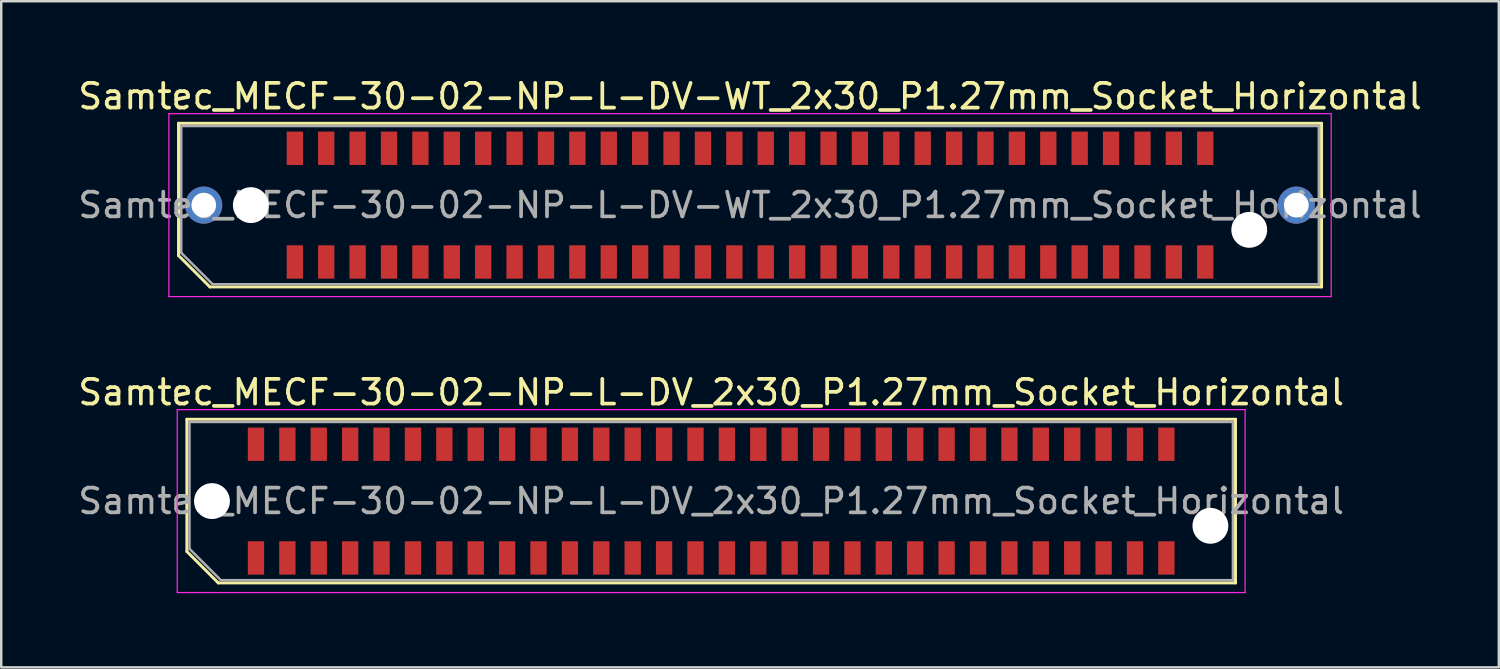
<source format=kicad_pcb>
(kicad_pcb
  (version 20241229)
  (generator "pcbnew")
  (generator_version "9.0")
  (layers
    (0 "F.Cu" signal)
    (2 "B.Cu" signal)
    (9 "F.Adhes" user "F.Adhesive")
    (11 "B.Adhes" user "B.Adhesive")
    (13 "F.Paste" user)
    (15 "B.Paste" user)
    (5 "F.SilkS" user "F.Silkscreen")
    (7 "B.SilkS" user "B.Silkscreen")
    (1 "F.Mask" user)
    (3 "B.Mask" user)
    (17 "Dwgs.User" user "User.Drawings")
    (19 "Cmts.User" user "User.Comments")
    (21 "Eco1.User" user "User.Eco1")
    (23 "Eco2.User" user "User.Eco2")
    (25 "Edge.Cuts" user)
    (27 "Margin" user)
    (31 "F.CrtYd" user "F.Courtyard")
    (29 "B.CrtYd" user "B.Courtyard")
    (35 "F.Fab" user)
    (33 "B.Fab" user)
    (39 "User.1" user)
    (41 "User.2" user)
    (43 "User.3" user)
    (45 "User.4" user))
  (footprint "Samtec_MECF-30-02-NP-L-DV-WT_2x30_P1.27mm_Socket_Horizontal"
    (layer "F.Cu")
    (at 27.292 5.248)
    (property "Reference" "Samtec_MECF-30-02-NP-L-DV-WT_2x30_P1.27mm_Socket_Horizontal" (at 0 -4.4 0) (layer "F.SilkS") (effects (font (size 1 1) (thickness 0.15))))
    (attr smd)
    (fp_line (start -23.12 -3.31) (end 23.12 -3.31) (stroke (width 0.12) (type solid)) (layer "F.SilkS"))
    (fp_line (start -23.12 2.04) (end -23.12 -3.31) (stroke (width 0.12) (type solid)) (layer "F.SilkS"))
    (fp_line (start -21.85 3.31) (end -23.12 2.04) (stroke (width 0.12) (type solid)) (layer "F.SilkS"))
    (fp_line (start -21.85 3.31) (end 23.12 3.31) (stroke (width 0.12) (type solid)) (layer "F.SilkS"))
    (fp_line (start 23.12 3.31) (end 23.12 -3.31) (stroke (width 0.12) (type solid)) (layer "F.SilkS"))
    (fp_line (start -23.51 -3.7) (end -23.51 3.7) (stroke (width 0.05) (type solid)) (layer "F.CrtYd"))
    (fp_line (start -23.51 3.7) (end 23.51 3.7) (stroke (width 0.05) (type solid)) (layer "F.CrtYd"))
    (fp_line (start 23.51 -3.7) (end -23.51 -3.7) (stroke (width 0.05) (type solid)) (layer "F.CrtYd"))
    (fp_line (start 23.51 3.7) (end 23.51 -3.7) (stroke (width 0.05) (type solid)) (layer "F.CrtYd"))
    (fp_line (start -23.01 -3.2) (end 23.01 -3.2) (stroke (width 0.1) (type solid)) (layer "F.Fab"))
    (fp_line (start -23.01 1.93) (end -23.01 -3.2) (stroke (width 0.1) (type solid)) (layer "F.Fab"))
    (fp_line (start -23.01 1.93) (end -21.74 3.2) (stroke (width 0.1) (type solid)) (layer "F.Fab"))
    (fp_line (start -21.74 3.2) (end 23.01 3.2) (stroke (width 0.1) (type solid)) (layer "F.Fab"))
    (fp_line (start 23.01 3.2) (end 23.01 -3.2) (stroke (width 0.1) (type solid)) (layer "F.Fab"))
    (fp_text user "${REFERENCE}" (at 0 0 0) (layer "F.Fab") (effects (font (size 1 1) (thickness 0.15))))
    (pad "" thru_hole circle (at -22.1 0) (size 1.5 1.5) (drill 1) (layers "*.Cu" "*.Mask"))
    (pad "" np_thru_hole circle (at -20.195 0) (size 1.45 1.45) (drill 1.45) (layers "*.Cu" "*.Mask"))
    (pad "" np_thru_hole circle (at 20.195 1) (size 1.45 1.45) (drill 1.45) (layers "*.Cu" "*.Mask"))
    (pad "" thru_hole circle (at 22.1 0) (size 1.5 1.5) (drill 1) (layers "*.Cu" "*.Mask"))
    (pad "1" smd rect (at -18.415 2.3) (size 0.66 1.35) (layers "F.Cu" "F.Mask" "F.Paste"))
    (pad "2" smd rect (at -18.415 -2.3) (size 0.66 1.35) (layers "F.Cu" "F.Mask" "F.Paste"))
    (pad "3" smd rect (at -17.145 2.3) (size 0.66 1.35) (layers "F.Cu" "F.Mask" "F.Paste"))
    (pad "4" smd rect (at -17.145 -2.3) (size 0.66 1.35) (layers "F.Cu" "F.Mask" "F.Paste"))
    (pad "5" smd rect (at -15.875 2.3) (size 0.66 1.35) (layers "F.Cu" "F.Mask" "F.Paste"))
    (pad "6" smd rect (at -15.875 -2.3) (size 0.66 1.35) (layers "F.Cu" "F.Mask" "F.Paste"))
    (pad "7" smd rect (at -14.605 2.3) (size 0.66 1.35) (layers "F.Cu" "F.Mask" "F.Paste"))
    (pad "8" smd rect (at -14.605 -2.3) (size 0.66 1.35) (layers "F.Cu" "F.Mask" "F.Paste"))
    (pad "9" smd rect (at -13.335 2.3) (size 0.66 1.35) (layers "F.Cu" "F.Mask" "F.Paste"))
    (pad "10" smd rect (at -13.335 -2.3) (size 0.66 1.35) (layers "F.Cu" "F.Mask" "F.Paste"))
    (pad "11" smd rect (at -12.065 2.3) (size 0.66 1.35) (layers "F.Cu" "F.Mask" "F.Paste"))
    (pad "12" smd rect (at -12.065 -2.3) (size 0.66 1.35) (layers "F.Cu" "F.Mask" "F.Paste"))
    (pad "13" smd rect (at -10.795 2.3) (size 0.66 1.35) (layers "F.Cu" "F.Mask" "F.Paste"))
    (pad "14" smd rect (at -10.795 -2.3) (size 0.66 1.35) (layers "F.Cu" "F.Mask" "F.Paste"))
    (pad "15" smd rect (at -9.525 2.3) (size 0.66 1.35) (layers "F.Cu" "F.Mask" "F.Paste"))
    (pad "16" smd rect (at -9.525 -2.3) (size 0.66 1.35) (layers "F.Cu" "F.Mask" "F.Paste"))
    (pad "17" smd rect (at -8.255 2.3) (size 0.66 1.35) (layers "F.Cu" "F.Mask" "F.Paste"))
    (pad "18" smd rect (at -8.255 -2.3) (size 0.66 1.35) (layers "F.Cu" "F.Mask" "F.Paste"))
    (pad "19" smd rect (at -6.985 2.3) (size 0.66 1.35) (layers "F.Cu" "F.Mask" "F.Paste"))
    (pad "20" smd rect (at -6.985 -2.3) (size 0.66 1.35) (layers "F.Cu" "F.Mask" "F.Paste"))
    (pad "21" smd rect (at -5.715 2.3) (size 0.66 1.35) (layers "F.Cu" "F.Mask" "F.Paste"))
    (pad "22" smd rect (at -5.715 -2.3) (size 0.66 1.35) (layers "F.Cu" "F.Mask" "F.Paste"))
    (pad "23" smd rect (at -4.445 2.3) (size 0.66 1.35) (layers "F.Cu" "F.Mask" "F.Paste"))
    (pad "24" smd rect (at -4.445 -2.3) (size 0.66 1.35) (layers "F.Cu" "F.Mask" "F.Paste"))
    (pad "25" smd rect (at -3.175 2.3) (size 0.66 1.35) (layers "F.Cu" "F.Mask" "F.Paste"))
    (pad "26" smd rect (at -3.175 -2.3) (size 0.66 1.35) (layers "F.Cu" "F.Mask" "F.Paste"))
    (pad "27" smd rect (at -1.905 2.3) (size 0.66 1.35) (layers "F.Cu" "F.Mask" "F.Paste"))
    (pad "28" smd rect (at -1.905 -2.3) (size 0.66 1.35) (layers "F.Cu" "F.Mask" "F.Paste"))
    (pad "29" smd rect (at -0.635 2.3) (size 0.66 1.35) (layers "F.Cu" "F.Mask" "F.Paste"))
    (pad "30" smd rect (at -0.635 -2.3) (size 0.66 1.35) (layers "F.Cu" "F.Mask" "F.Paste"))
    (pad "31" smd rect (at 0.635 2.3) (size 0.66 1.35) (layers "F.Cu" "F.Mask" "F.Paste"))
    (pad "32" smd rect (at 0.635 -2.3) (size 0.66 1.35) (layers "F.Cu" "F.Mask" "F.Paste"))
    (pad "33" smd rect (at 1.905 2.3) (size 0.66 1.35) (layers "F.Cu" "F.Mask" "F.Paste"))
    (pad "34" smd rect (at 1.905 -2.3) (size 0.66 1.35) (layers "F.Cu" "F.Mask" "F.Paste"))
    (pad "35" smd rect (at 3.175 2.3) (size 0.66 1.35) (layers "F.Cu" "F.Mask" "F.Paste"))
    (pad "36" smd rect (at 3.175 -2.3) (size 0.66 1.35) (layers "F.Cu" "F.Mask" "F.Paste"))
    (pad "37" smd rect (at 4.445 2.3) (size 0.66 1.35) (layers "F.Cu" "F.Mask" "F.Paste"))
    (pad "38" smd rect (at 4.445 -2.3) (size 0.66 1.35) (layers "F.Cu" "F.Mask" "F.Paste"))
    (pad "39" smd rect (at 5.715 2.3) (size 0.66 1.35) (layers "F.Cu" "F.Mask" "F.Paste"))
    (pad "40" smd rect (at 5.715 -2.3) (size 0.66 1.35) (layers "F.Cu" "F.Mask" "F.Paste"))
    (pad "41" smd rect (at 6.985 2.3) (size 0.66 1.35) (layers "F.Cu" "F.Mask" "F.Paste"))
    (pad "42" smd rect (at 6.985 -2.3) (size 0.66 1.35) (layers "F.Cu" "F.Mask" "F.Paste"))
    (pad "43" smd rect (at 8.255 2.3) (size 0.66 1.35) (layers "F.Cu" "F.Mask" "F.Paste"))
    (pad "44" smd rect (at 8.255 -2.3) (size 0.66 1.35) (layers "F.Cu" "F.Mask" "F.Paste"))
    (pad "45" smd rect (at 9.525 2.3) (size 0.66 1.35) (layers "F.Cu" "F.Mask" "F.Paste"))
    (pad "46" smd rect (at 9.525 -2.3) (size 0.66 1.35) (layers "F.Cu" "F.Mask" "F.Paste"))
    (pad "47" smd rect (at 10.795 2.3) (size 0.66 1.35) (layers "F.Cu" "F.Mask" "F.Paste"))
    (pad "48" smd rect (at 10.795 -2.3) (size 0.66 1.35) (layers "F.Cu" "F.Mask" "F.Paste"))
    (pad "49" smd rect (at 12.065 2.3) (size 0.66 1.35) (layers "F.Cu" "F.Mask" "F.Paste"))
    (pad "50" smd rect (at 12.065 -2.3) (size 0.66 1.35) (layers "F.Cu" "F.Mask" "F.Paste"))
    (pad "51" smd rect (at 13.335 2.3) (size 0.66 1.35) (layers "F.Cu" "F.Mask" "F.Paste"))
    (pad "52" smd rect (at 13.335 -2.3) (size 0.66 1.35) (layers "F.Cu" "F.Mask" "F.Paste"))
    (pad "53" smd rect (at 14.605 2.3) (size 0.66 1.35) (layers "F.Cu" "F.Mask" "F.Paste"))
    (pad "54" smd rect (at 14.605 -2.3) (size 0.66 1.35) (layers "F.Cu" "F.Mask" "F.Paste"))
    (pad "55" smd rect (at 15.875 2.3) (size 0.66 1.35) (layers "F.Cu" "F.Mask" "F.Paste"))
    (pad "56" smd rect (at 15.875 -2.3) (size 0.66 1.35) (layers "F.Cu" "F.Mask" "F.Paste"))
    (pad "57" smd rect (at 17.145 2.3) (size 0.66 1.35) (layers "F.Cu" "F.Mask" "F.Paste"))
    (pad "58" smd rect (at 17.145 -2.3) (size 0.66 1.35) (layers "F.Cu" "F.Mask" "F.Paste"))
    (pad "59" smd rect (at 18.415 2.3) (size 0.66 1.35) (layers "F.Cu" "F.Mask" "F.Paste"))
    (pad "60" smd rect (at 18.415 -2.3) (size 0.66 1.35) (layers "F.Cu" "F.Mask" "F.Paste")))
  (footprint "Samtec_MECF-30-02-NP-L-DV_2x30_P1.27mm_Socket_Horizontal"
    (layer "F.Cu")
    (at 25.72 17.221)
    (property "Reference" "Samtec_MECF-30-02-NP-L-DV_2x30_P1.27mm_Socket_Horizontal" (at 0 -4.4 0) (layer "F.SilkS") (effects (font (size 1 1) (thickness 0.15))))
    (attr smd)
    (fp_line (start -21.21 -3.31) (end 21.21 -3.31) (stroke (width 0.12) (type solid)) (layer "F.SilkS"))
    (fp_line (start -21.21 2.04) (end -21.21 -3.31) (stroke (width 0.12) (type solid)) (layer "F.SilkS"))
    (fp_line (start -19.94 3.31) (end -21.21 2.04) (stroke (width 0.12) (type solid)) (layer "F.SilkS"))
    (fp_line (start -19.94 3.31) (end 21.21 3.31) (stroke (width 0.12) (type solid)) (layer "F.SilkS"))
    (fp_line (start 21.21 3.31) (end 21.21 -3.31) (stroke (width 0.12) (type solid)) (layer "F.SilkS"))
    (fp_line (start -21.6 -3.7) (end -21.6 3.7) (stroke (width 0.05) (type solid)) (layer "F.CrtYd"))
    (fp_line (start -21.6 3.7) (end 21.6 3.7) (stroke (width 0.05) (type solid)) (layer "F.CrtYd"))
    (fp_line (start 21.6 -3.7) (end -21.6 -3.7) (stroke (width 0.05) (type solid)) (layer "F.CrtYd"))
    (fp_line (start 21.6 3.7) (end 21.6 -3.7) (stroke (width 0.05) (type solid)) (layer "F.CrtYd"))
    (fp_line (start -21.105 -3.2) (end 21.105 -3.2) (stroke (width 0.1) (type solid)) (layer "F.Fab"))
    (fp_line (start -21.105 1.93) (end -21.105 -3.2) (stroke (width 0.1) (type solid)) (layer "F.Fab"))
    (fp_line (start -21.105 1.93) (end -19.835 3.2) (stroke (width 0.1) (type solid)) (layer "F.Fab"))
    (fp_line (start -19.835 3.2) (end 21.105 3.2) (stroke (width 0.1) (type solid)) (layer "F.Fab"))
    (fp_line (start 21.105 3.2) (end 21.105 -3.2) (stroke (width 0.1) (type solid)) (layer "F.Fab"))
    (fp_text user "${REFERENCE}" (at 0 0 0) (layer "F.Fab") (effects (font (size 1 1) (thickness 0.15))))
    (pad "" np_thru_hole circle (at -20.195 0) (size 1.45 1.45) (drill 1.45) (layers "*.Cu" "*.Mask"))
    (pad "" np_thru_hole circle (at 20.195 1) (size 1.45 1.45) (drill 1.45) (layers "*.Cu" "*.Mask"))
    (pad "1" smd rect (at -18.415 2.3) (size 0.66 1.35) (layers "F.Cu" "F.Mask" "F.Paste"))
    (pad "2" smd rect (at -18.415 -2.3) (size 0.66 1.35) (layers "F.Cu" "F.Mask" "F.Paste"))
    (pad "3" smd rect (at -17.145 2.3) (size 0.66 1.35) (layers "F.Cu" "F.Mask" "F.Paste"))
    (pad "4" smd rect (at -17.145 -2.3) (size 0.66 1.35) (layers "F.Cu" "F.Mask" "F.Paste"))
    (pad "5" smd rect (at -15.875 2.3) (size 0.66 1.35) (layers "F.Cu" "F.Mask" "F.Paste"))
    (pad "6" smd rect (at -15.875 -2.3) (size 0.66 1.35) (layers "F.Cu" "F.Mask" "F.Paste"))
    (pad "7" smd rect (at -14.605 2.3) (size 0.66 1.35) (layers "F.Cu" "F.Mask" "F.Paste"))
    (pad "8" smd rect (at -14.605 -2.3) (size 0.66 1.35) (layers "F.Cu" "F.Mask" "F.Paste"))
    (pad "9" smd rect (at -13.335 2.3) (size 0.66 1.35) (layers "F.Cu" "F.Mask" "F.Paste"))
    (pad "10" smd rect (at -13.335 -2.3) (size 0.66 1.35) (layers "F.Cu" "F.Mask" "F.Paste"))
    (pad "11" smd rect (at -12.065 2.3) (size 0.66 1.35) (layers "F.Cu" "F.Mask" "F.Paste"))
    (pad "12" smd rect (at -12.065 -2.3) (size 0.66 1.35) (layers "F.Cu" "F.Mask" "F.Paste"))
    (pad "13" smd rect (at -10.795 2.3) (size 0.66 1.35) (layers "F.Cu" "F.Mask" "F.Paste"))
    (pad "14" smd rect (at -10.795 -2.3) (size 0.66 1.35) (layers "F.Cu" "F.Mask" "F.Paste"))
    (pad "15" smd rect (at -9.525 2.3) (size 0.66 1.35) (layers "F.Cu" "F.Mask" "F.Paste"))
    (pad "16" smd rect (at -9.525 -2.3) (size 0.66 1.35) (layers "F.Cu" "F.Mask" "F.Paste"))
    (pad "17" smd rect (at -8.255 2.3) (size 0.66 1.35) (layers "F.Cu" "F.Mask" "F.Paste"))
    (pad "18" smd rect (at -8.255 -2.3) (size 0.66 1.35) (layers "F.Cu" "F.Mask" "F.Paste"))
    (pad "19" smd rect (at -6.985 2.3) (size 0.66 1.35) (layers "F.Cu" "F.Mask" "F.Paste"))
    (pad "20" smd rect (at -6.985 -2.3) (size 0.66 1.35) (layers "F.Cu" "F.Mask" "F.Paste"))
    (pad "21" smd rect (at -5.715 2.3) (size 0.66 1.35) (layers "F.Cu" "F.Mask" "F.Paste"))
    (pad "22" smd rect (at -5.715 -2.3) (size 0.66 1.35) (layers "F.Cu" "F.Mask" "F.Paste"))
    (pad "23" smd rect (at -4.445 2.3) (size 0.66 1.35) (layers "F.Cu" "F.Mask" "F.Paste"))
    (pad "24" smd rect (at -4.445 -2.3) (size 0.66 1.35) (layers "F.Cu" "F.Mask" "F.Paste"))
    (pad "25" smd rect (at -3.175 2.3) (size 0.66 1.35) (layers "F.Cu" "F.Mask" "F.Paste"))
    (pad "26" smd rect (at -3.175 -2.3) (size 0.66 1.35) (layers "F.Cu" "F.Mask" "F.Paste"))
    (pad "27" smd rect (at -1.905 2.3) (size 0.66 1.35) (layers "F.Cu" "F.Mask" "F.Paste"))
    (pad "28" smd rect (at -1.905 -2.3) (size 0.66 1.35) (layers "F.Cu" "F.Mask" "F.Paste"))
    (pad "29" smd rect (at -0.635 2.3) (size 0.66 1.35) (layers "F.Cu" "F.Mask" "F.Paste"))
    (pad "30" smd rect (at -0.635 -2.3) (size 0.66 1.35) (layers "F.Cu" "F.Mask" "F.Paste"))
    (pad "31" smd rect (at 0.635 2.3) (size 0.66 1.35) (layers "F.Cu" "F.Mask" "F.Paste"))
    (pad "32" smd rect (at 0.635 -2.3) (size 0.66 1.35) (layers "F.Cu" "F.Mask" "F.Paste"))
    (pad "33" smd rect (at 1.905 2.3) (size 0.66 1.35) (layers "F.Cu" "F.Mask" "F.Paste"))
    (pad "34" smd rect (at 1.905 -2.3) (size 0.66 1.35) (layers "F.Cu" "F.Mask" "F.Paste"))
    (pad "35" smd rect (at 3.175 2.3) (size 0.66 1.35) (layers "F.Cu" "F.Mask" "F.Paste"))
    (pad "36" smd rect (at 3.175 -2.3) (size 0.66 1.35) (layers "F.Cu" "F.Mask" "F.Paste"))
    (pad "37" smd rect (at 4.445 2.3) (size 0.66 1.35) (layers "F.Cu" "F.Mask" "F.Paste"))
    (pad "38" smd rect (at 4.445 -2.3) (size 0.66 1.35) (layers "F.Cu" "F.Mask" "F.Paste"))
    (pad "39" smd rect (at 5.715 2.3) (size 0.66 1.35) (layers "F.Cu" "F.Mask" "F.Paste"))
    (pad "40" smd rect (at 5.715 -2.3) (size 0.66 1.35) (layers "F.Cu" "F.Mask" "F.Paste"))
    (pad "41" smd rect (at 6.985 2.3) (size 0.66 1.35) (layers "F.Cu" "F.Mask" "F.Paste"))
    (pad "42" smd rect (at 6.985 -2.3) (size 0.66 1.35) (layers "F.Cu" "F.Mask" "F.Paste"))
    (pad "43" smd rect (at 8.255 2.3) (size 0.66 1.35) (layers "F.Cu" "F.Mask" "F.Paste"))
    (pad "44" smd rect (at 8.255 -2.3) (size 0.66 1.35) (layers "F.Cu" "F.Mask" "F.Paste"))
    (pad "45" smd rect (at 9.525 2.3) (size 0.66 1.35) (layers "F.Cu" "F.Mask" "F.Paste"))
    (pad "46" smd rect (at 9.525 -2.3) (size 0.66 1.35) (layers "F.Cu" "F.Mask" "F.Paste"))
    (pad "47" smd rect (at 10.795 2.3) (size 0.66 1.35) (layers "F.Cu" "F.Mask" "F.Paste"))
    (pad "48" smd rect (at 10.795 -2.3) (size 0.66 1.35) (layers "F.Cu" "F.Mask" "F.Paste"))
    (pad "49" smd rect (at 12.065 2.3) (size 0.66 1.35) (layers "F.Cu" "F.Mask" "F.Paste"))
    (pad "50" smd rect (at 12.065 -2.3) (size 0.66 1.35) (layers "F.Cu" "F.Mask" "F.Paste"))
    (pad "51" smd rect (at 13.335 2.3) (size 0.66 1.35) (layers "F.Cu" "F.Mask" "F.Paste"))
    (pad "52" smd rect (at 13.335 -2.3) (size 0.66 1.35) (layers "F.Cu" "F.Mask" "F.Paste"))
    (pad "53" smd rect (at 14.605 2.3) (size 0.66 1.35) (layers "F.Cu" "F.Mask" "F.Paste"))
    (pad "54" smd rect (at 14.605 -2.3) (size 0.66 1.35) (layers "F.Cu" "F.Mask" "F.Paste"))
    (pad "55" smd rect (at 15.875 2.3) (size 0.66 1.35) (layers "F.Cu" "F.Mask" "F.Paste"))
    (pad "56" smd rect (at 15.875 -2.3) (size 0.66 1.35) (layers "F.Cu" "F.Mask" "F.Paste"))
    (pad "57" smd rect (at 17.145 2.3) (size 0.66 1.35) (layers "F.Cu" "F.Mask" "F.Paste"))
    (pad "58" smd rect (at 17.145 -2.3) (size 0.66 1.35) (layers "F.Cu" "F.Mask" "F.Paste"))
    (pad "59" smd rect (at 18.415 2.3) (size 0.66 1.35) (layers "F.Cu" "F.Mask" "F.Paste"))
    (pad "60" smd rect (at 18.415 -2.3) (size 0.66 1.35) (layers "F.Cu" "F.Mask" "F.Paste")))
  (gr_rect
    (start -3 -3)
    (end 57.583 23.947)
    (stroke (width 0.1) (type default))
    (fill no)
    (layer "Edge.Cuts")))
</source>
